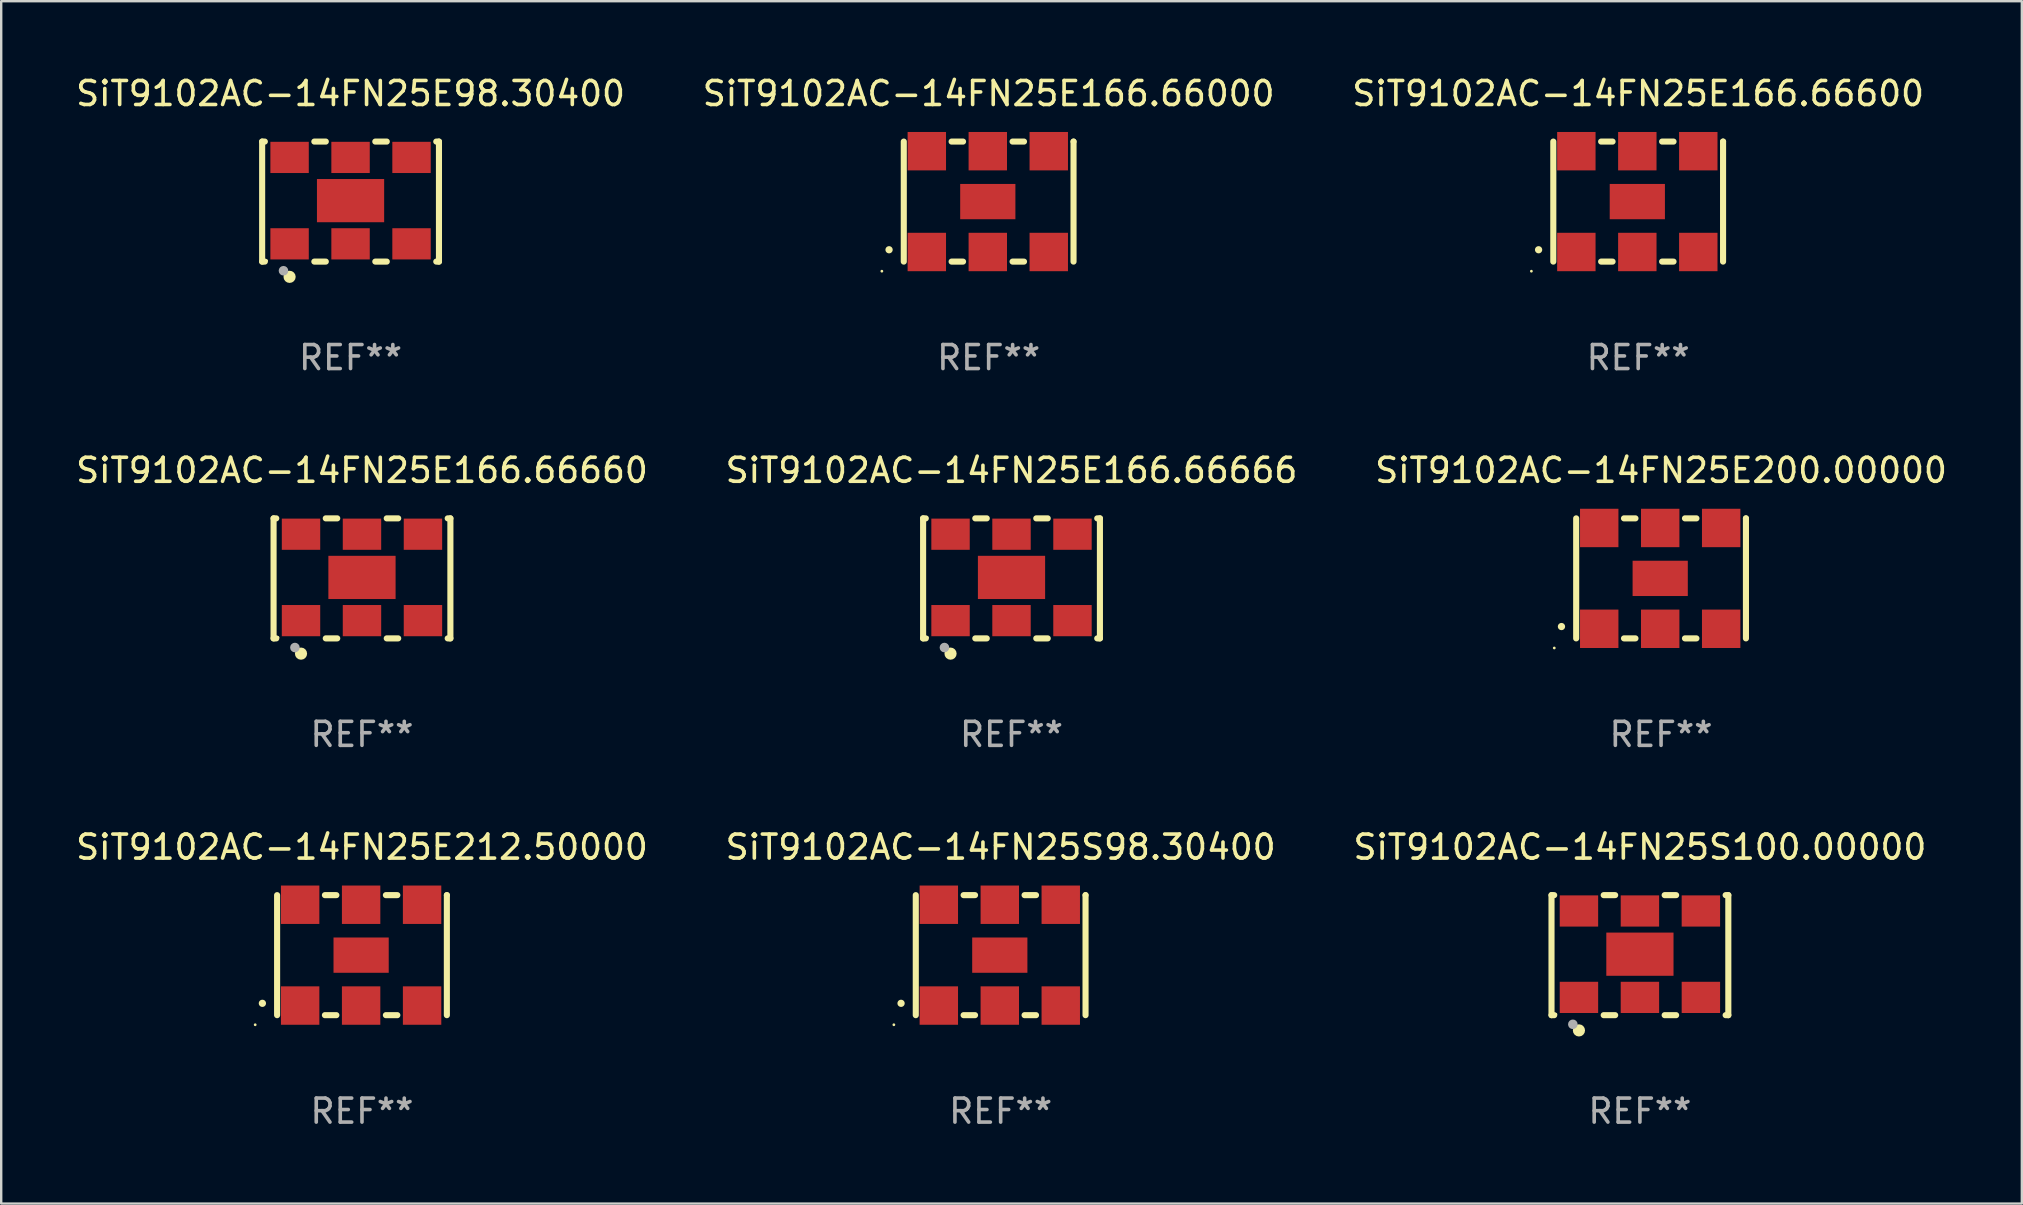
<source format=kicad_pcb>
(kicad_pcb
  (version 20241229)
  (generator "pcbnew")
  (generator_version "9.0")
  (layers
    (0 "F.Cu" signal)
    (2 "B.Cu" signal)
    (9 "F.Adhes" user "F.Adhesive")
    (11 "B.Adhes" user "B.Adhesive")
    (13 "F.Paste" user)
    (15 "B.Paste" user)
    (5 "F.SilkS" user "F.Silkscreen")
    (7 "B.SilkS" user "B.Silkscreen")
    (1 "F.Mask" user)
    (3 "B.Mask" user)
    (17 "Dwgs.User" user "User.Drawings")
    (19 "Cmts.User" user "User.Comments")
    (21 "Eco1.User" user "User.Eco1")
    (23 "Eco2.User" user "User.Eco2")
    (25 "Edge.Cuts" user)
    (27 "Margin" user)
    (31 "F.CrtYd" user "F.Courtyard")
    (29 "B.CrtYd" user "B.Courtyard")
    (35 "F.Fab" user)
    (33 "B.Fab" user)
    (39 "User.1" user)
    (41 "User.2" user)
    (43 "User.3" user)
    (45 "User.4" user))
  (footprint "SiT9102AC-14FN25E166.66660"
    (layer "F.Cu")
    (at 12.03 21.045)
    (property "Reference" "SiT9102AC-14FN25E166.66660" (at 0 -4.5 0) (layer "F.SilkS") (effects (font (size 1 1) (thickness 0.15))))
    (attr through_hole)
    (fp_line (start -3.683 -2.5) (end -3.571 -2.5) (stroke (width 0.254) (type solid)) (layer "F.SilkS"))
    (fp_line (start -3.683 2.5) (end -3.683 -2.5) (stroke (width 0.254) (type solid)) (layer "F.SilkS"))
    (fp_line (start -3.683 2.5) (end -3.571 2.5) (stroke (width 0.254) (type solid)) (layer "F.SilkS"))
    (fp_line (start -1.509 -2.5) (end -1.031 -2.5) (stroke (width 0.254) (type solid)) (layer "F.SilkS"))
    (fp_line (start -1.509 2.5) (end -1.031 2.5) (stroke (width 0.254) (type solid)) (layer "F.SilkS"))
    (fp_line (start 1.031 -2.5) (end 1.509 -2.5) (stroke (width 0.254) (type solid)) (layer "F.SilkS"))
    (fp_line (start 1.031 2.5) (end 1.509 2.5) (stroke (width 0.254) (type solid)) (layer "F.SilkS"))
    (fp_line (start 3.571 -2.5) (end 3.683 -2.5) (stroke (width 0.254) (type solid)) (layer "F.SilkS"))
    (fp_line (start 3.571 2.5) (end 3.683 2.5) (stroke (width 0.254) (type solid)) (layer "F.SilkS"))
    (fp_line (start 3.683 2.5) (end 3.683 -2.5) (stroke (width 0.254) (type solid)) (layer "F.SilkS"))
    (fp_circle (center -3.5 2.46) (end -3.47 2.46) (stroke (width 0.06) (type solid)) (fill no) (layer "F.SilkS"))
    (fp_circle (center -2.54 3.135) (end -2.413 3.135) (stroke (width 0.254) (type solid)) (fill no) (layer "F.SilkS"))
    (fp_circle (center -2.794 2.881) (end -2.694 2.881) (stroke (width 0.2) (type solid)) (fill no) (layer "F.Fab"))
    (fp_text user "REF**" (at 0 6.5 0) (layer "F.Fab") (effects (font (size 1 1) (thickness 0.15))))
    (pad "1" smd rect (at -2.54 1.76) (size 1.6 1.3) (layers "F.Cu" "F.Mask" "F.Paste"))
    (pad "2" smd rect (at 0 1.76) (size 1.6 1.3) (layers "F.Cu" "F.Mask" "F.Paste"))
    (pad "3" smd rect (at 2.54 1.76) (size 1.6 1.3) (layers "F.Cu" "F.Mask" "F.Paste"))
    (pad "4" smd rect (at 2.54 -1.84) (size 1.6 1.3) (layers "F.Cu" "F.Mask" "F.Paste"))
    (pad "5" smd rect (at 0 -1.84) (size 1.6 1.3) (layers "F.Cu" "F.Mask" "F.Paste"))
    (pad "6" smd rect (at -2.54 -1.84) (size 1.6 1.3) (layers "F.Cu" "F.Mask" "F.Paste"))
    (pad "7" smd rect (at 0 -0.04) (size 2.8 1.8) (layers "F.Cu" "F.Mask" "F.Paste")))
  (footprint "SiT9102AC-14FN25E212.50000"
    (layer "F.Cu")
    (at 12.03 36.741)
    (property "Reference" "SiT9102AC-14FN25E212.50000" (at 0 -4.5 0) (layer "F.SilkS") (effects (font (size 1 1) (thickness 0.15))))
    (attr through_hole)
    (fp_line (start -3.536 -2.5) (end -3.536 2.5) (stroke (width 0.254) (type solid)) (layer "F.SilkS"))
    (fp_line (start -1.544 2.5) (end -1.067 2.5) (stroke (width 0.254) (type solid)) (layer "F.SilkS"))
    (fp_line (start -1.067 -2.5) (end -1.544 -2.5) (stroke (width 0.254) (type solid)) (layer "F.SilkS"))
    (fp_line (start 0.996 2.5) (end 1.473 2.5) (stroke (width 0.254) (type solid)) (layer "F.SilkS"))
    (fp_line (start 1.473 -2.5) (end 0.996 -2.5) (stroke (width 0.254) (type solid)) (layer "F.SilkS"))
    (fp_line (start 3.536 -2.5) (end 3.536 -2.5) (stroke (width 0.254) (type solid)) (layer "F.SilkS"))
    (fp_line (start 3.536 2.5) (end 3.536 -2.5) (stroke (width 0.254) (type solid)) (layer "F.SilkS"))
    (fp_arc (start -4.150432 2.006604) (mid -4.149162 2.006599) (end -4.147892 2.006604) (stroke (width 0.3) (type solid)) (layer "F.SilkS"))
    (fp_circle (center -4.449 2.9) (end -4.419 2.9) (stroke (width 0.06) (type solid)) (fill no) (layer "F.SilkS"))
    (fp_text user "REF**" (at 0 6.5 0) (layer "F.Fab") (effects (font (size 1 1) (thickness 0.15))))
    (pad "1" smd rect (at -2.576 2.1) (size 1.6 1.6) (layers "F.Cu" "F.Mask" "F.Paste"))
    (pad "2" smd rect (at -0.036 2.1) (size 1.6 1.6) (layers "F.Cu" "F.Mask" "F.Paste"))
    (pad "3" smd rect (at 2.504 2.1) (size 1.6 1.6) (layers "F.Cu" "F.Mask" "F.Paste"))
    (pad "4" smd rect (at 2.504 -2.1) (size 1.6 1.6) (layers "F.Cu" "F.Mask" "F.Paste"))
    (pad "5" smd rect (at -0.036 -2.1) (size 1.6 1.6) (layers "F.Cu" "F.Mask" "F.Paste"))
    (pad "6" smd rect (at -2.576 -2.1) (size 1.6 1.6) (layers "F.Cu" "F.Mask" "F.Paste"))
    (pad "7" smd rect (at -0.036 0) (size 2.3 1.47) (layers "F.Cu" "F.Mask" "F.Paste")))
  (footprint "SiT9102AC-14FN25S98.30400"
    (layer "F.Cu")
    (at 38.637 36.741)
    (property "Reference" "SiT9102AC-14FN25S98.30400" (at 0 -4.5 0) (layer "F.SilkS") (effects (font (size 1 1) (thickness 0.15))))
    (attr through_hole)
    (fp_line (start -3.536 -2.5) (end -3.536 2.5) (stroke (width 0.254) (type solid)) (layer "F.SilkS"))
    (fp_line (start -1.544 2.5) (end -1.067 2.5) (stroke (width 0.254) (type solid)) (layer "F.SilkS"))
    (fp_line (start -1.067 -2.5) (end -1.544 -2.5) (stroke (width 0.254) (type solid)) (layer "F.SilkS"))
    (fp_line (start 0.996 2.5) (end 1.473 2.5) (stroke (width 0.254) (type solid)) (layer "F.SilkS"))
    (fp_line (start 1.473 -2.5) (end 0.996 -2.5) (stroke (width 0.254) (type solid)) (layer "F.SilkS"))
    (fp_line (start 3.536 -2.5) (end 3.536 -2.5) (stroke (width 0.254) (type solid)) (layer "F.SilkS"))
    (fp_line (start 3.536 2.5) (end 3.536 -2.5) (stroke (width 0.254) (type solid)) (layer "F.SilkS"))
    (fp_arc (start -4.150432 2.006604) (mid -4.149162 2.006599) (end -4.147892 2.006604) (stroke (width 0.3) (type solid)) (layer "F.SilkS"))
    (fp_circle (center -4.449 2.9) (end -4.419 2.9) (stroke (width 0.06) (type solid)) (fill no) (layer "F.SilkS"))
    (fp_text user "REF**" (at 0 6.5 0) (layer "F.Fab") (effects (font (size 1 1) (thickness 0.15))))
    (pad "1" smd rect (at -2.576 2.1) (size 1.6 1.6) (layers "F.Cu" "F.Mask" "F.Paste"))
    (pad "2" smd rect (at -0.036 2.1) (size 1.6 1.6) (layers "F.Cu" "F.Mask" "F.Paste"))
    (pad "3" smd rect (at 2.504 2.1) (size 1.6 1.6) (layers "F.Cu" "F.Mask" "F.Paste"))
    (pad "4" smd rect (at 2.504 -2.1) (size 1.6 1.6) (layers "F.Cu" "F.Mask" "F.Paste"))
    (pad "5" smd rect (at -0.036 -2.1) (size 1.6 1.6) (layers "F.Cu" "F.Mask" "F.Paste"))
    (pad "6" smd rect (at -2.576 -2.1) (size 1.6 1.6) (layers "F.Cu" "F.Mask" "F.Paste"))
    (pad "7" smd rect (at -0.036 0) (size 2.3 1.47) (layers "F.Cu" "F.Mask" "F.Paste")))
  (footprint "SiT9102AC-14FN25E166.66666"
    (layer "F.Cu")
    (at 39.089 21.045)
    (property "Reference" "SiT9102AC-14FN25E166.66666" (at 0 -4.5 0) (layer "F.SilkS") (effects (font (size 1 1) (thickness 0.15))))
    (attr through_hole)
    (fp_line (start -3.683 -2.5) (end -3.571 -2.5) (stroke (width 0.254) (type solid)) (layer "F.SilkS"))
    (fp_line (start -3.683 2.5) (end -3.683 -2.5) (stroke (width 0.254) (type solid)) (layer "F.SilkS"))
    (fp_line (start -3.683 2.5) (end -3.571 2.5) (stroke (width 0.254) (type solid)) (layer "F.SilkS"))
    (fp_line (start -1.509 -2.5) (end -1.031 -2.5) (stroke (width 0.254) (type solid)) (layer "F.SilkS"))
    (fp_line (start -1.509 2.5) (end -1.031 2.5) (stroke (width 0.254) (type solid)) (layer "F.SilkS"))
    (fp_line (start 1.031 -2.5) (end 1.509 -2.5) (stroke (width 0.254) (type solid)) (layer "F.SilkS"))
    (fp_line (start 1.031 2.5) (end 1.509 2.5) (stroke (width 0.254) (type solid)) (layer "F.SilkS"))
    (fp_line (start 3.571 -2.5) (end 3.683 -2.5) (stroke (width 0.254) (type solid)) (layer "F.SilkS"))
    (fp_line (start 3.571 2.5) (end 3.683 2.5) (stroke (width 0.254) (type solid)) (layer "F.SilkS"))
    (fp_line (start 3.683 2.5) (end 3.683 -2.5) (stroke (width 0.254) (type solid)) (layer "F.SilkS"))
    (fp_circle (center -3.5 2.46) (end -3.47 2.46) (stroke (width 0.06) (type solid)) (fill no) (layer "F.SilkS"))
    (fp_circle (center -2.54 3.135) (end -2.413 3.135) (stroke (width 0.254) (type solid)) (fill no) (layer "F.SilkS"))
    (fp_circle (center -2.794 2.881) (end -2.694 2.881) (stroke (width 0.2) (type solid)) (fill no) (layer "F.Fab"))
    (fp_text user "REF**" (at 0 6.5 0) (layer "F.Fab") (effects (font (size 1 1) (thickness 0.15))))
    (pad "1" smd rect (at -2.54 1.76) (size 1.6 1.3) (layers "F.Cu" "F.Mask" "F.Paste"))
    (pad "2" smd rect (at 0 1.76) (size 1.6 1.3) (layers "F.Cu" "F.Mask" "F.Paste"))
    (pad "3" smd rect (at 2.54 1.76) (size 1.6 1.3) (layers "F.Cu" "F.Mask" "F.Paste"))
    (pad "4" smd rect (at 2.54 -1.84) (size 1.6 1.3) (layers "F.Cu" "F.Mask" "F.Paste"))
    (pad "5" smd rect (at 0 -1.84) (size 1.6 1.3) (layers "F.Cu" "F.Mask" "F.Paste"))
    (pad "6" smd rect (at -2.54 -1.84) (size 1.6 1.3) (layers "F.Cu" "F.Mask" "F.Paste"))
    (pad "7" smd rect (at 0 -0.04) (size 2.8 1.8) (layers "F.Cu" "F.Mask" "F.Paste")))
  (footprint "SiT9102AC-14FN25S100.00000"
    (layer "F.Cu")
    (at 65.268 36.741)
    (property "Reference" "SiT9102AC-14FN25S100.00000" (at 0 -4.5 0) (layer "F.SilkS") (effects (font (size 1 1) (thickness 0.15))))
    (attr through_hole)
    (fp_line (start -3.683 -2.5) (end -3.571 -2.5) (stroke (width 0.254) (type solid)) (layer "F.SilkS"))
    (fp_line (start -3.683 2.5) (end -3.683 -2.5) (stroke (width 0.254) (type solid)) (layer "F.SilkS"))
    (fp_line (start -3.683 2.5) (end -3.571 2.5) (stroke (width 0.254) (type solid)) (layer "F.SilkS"))
    (fp_line (start -1.509 -2.5) (end -1.031 -2.5) (stroke (width 0.254) (type solid)) (layer "F.SilkS"))
    (fp_line (start -1.509 2.5) (end -1.031 2.5) (stroke (width 0.254) (type solid)) (layer "F.SilkS"))
    (fp_line (start 1.031 -2.5) (end 1.509 -2.5) (stroke (width 0.254) (type solid)) (layer "F.SilkS"))
    (fp_line (start 1.031 2.5) (end 1.509 2.5) (stroke (width 0.254) (type solid)) (layer "F.SilkS"))
    (fp_line (start 3.571 -2.5) (end 3.683 -2.5) (stroke (width 0.254) (type solid)) (layer "F.SilkS"))
    (fp_line (start 3.571 2.5) (end 3.683 2.5) (stroke (width 0.254) (type solid)) (layer "F.SilkS"))
    (fp_line (start 3.683 2.5) (end 3.683 -2.5) (stroke (width 0.254) (type solid)) (layer "F.SilkS"))
    (fp_circle (center -3.5 2.46) (end -3.47 2.46) (stroke (width 0.06) (type solid)) (fill no) (layer "F.SilkS"))
    (fp_circle (center -2.54 3.135) (end -2.413 3.135) (stroke (width 0.254) (type solid)) (fill no) (layer "F.SilkS"))
    (fp_circle (center -2.794 2.881) (end -2.694 2.881) (stroke (width 0.2) (type solid)) (fill no) (layer "F.Fab"))
    (fp_text user "REF**" (at 0 6.5 0) (layer "F.Fab") (effects (font (size 1 1) (thickness 0.15))))
    (pad "1" smd rect (at -2.54 1.76) (size 1.6 1.3) (layers "F.Cu" "F.Mask" "F.Paste"))
    (pad "2" smd rect (at 0 1.76) (size 1.6 1.3) (layers "F.Cu" "F.Mask" "F.Paste"))
    (pad "3" smd rect (at 2.54 1.76) (size 1.6 1.3) (layers "F.Cu" "F.Mask" "F.Paste"))
    (pad "4" smd rect (at 2.54 -1.84) (size 1.6 1.3) (layers "F.Cu" "F.Mask" "F.Paste"))
    (pad "5" smd rect (at 0 -1.84) (size 1.6 1.3) (layers "F.Cu" "F.Mask" "F.Paste"))
    (pad "6" smd rect (at -2.54 -1.84) (size 1.6 1.3) (layers "F.Cu" "F.Mask" "F.Paste"))
    (pad "7" smd rect (at 0 -0.04) (size 2.8 1.8) (layers "F.Cu" "F.Mask" "F.Paste")))
  (footprint "SiT9102AC-14FN25E166.66600"
    (layer "F.Cu")
    (at 65.196 5.348)
    (property "Reference" "SiT9102AC-14FN25E166.66600" (at 0 -4.5 0) (layer "F.SilkS") (effects (font (size 1 1) (thickness 0.15))))
    (attr through_hole)
    (fp_line (start -3.536 -2.5) (end -3.536 2.5) (stroke (width 0.254) (type solid)) (layer "F.SilkS"))
    (fp_line (start -1.544 2.5) (end -1.067 2.5) (stroke (width 0.254) (type solid)) (layer "F.SilkS"))
    (fp_line (start -1.067 -2.5) (end -1.544 -2.5) (stroke (width 0.254) (type solid)) (layer "F.SilkS"))
    (fp_line (start 0.996 2.5) (end 1.473 2.5) (stroke (width 0.254) (type solid)) (layer "F.SilkS"))
    (fp_line (start 1.473 -2.5) (end 0.996 -2.5) (stroke (width 0.254) (type solid)) (layer "F.SilkS"))
    (fp_line (start 3.536 -2.5) (end 3.536 -2.5) (stroke (width 0.254) (type solid)) (layer "F.SilkS"))
    (fp_line (start 3.536 2.5) (end 3.536 -2.5) (stroke (width 0.254) (type solid)) (layer "F.SilkS"))
    (fp_arc (start -4.150432 2.006604) (mid -4.149162 2.006599) (end -4.147892 2.006604) (stroke (width 0.3) (type solid)) (layer "F.SilkS"))
    (fp_circle (center -4.449 2.9) (end -4.419 2.9) (stroke (width 0.06) (type solid)) (fill no) (layer "F.SilkS"))
    (fp_text user "REF**" (at 0 6.5 0) (layer "F.Fab") (effects (font (size 1 1) (thickness 0.15))))
    (pad "1" smd rect (at -2.576 2.1) (size 1.6 1.6) (layers "F.Cu" "F.Mask" "F.Paste"))
    (pad "2" smd rect (at -0.036 2.1) (size 1.6 1.6) (layers "F.Cu" "F.Mask" "F.Paste"))
    (pad "3" smd rect (at 2.504 2.1) (size 1.6 1.6) (layers "F.Cu" "F.Mask" "F.Paste"))
    (pad "4" smd rect (at 2.504 -2.1) (size 1.6 1.6) (layers "F.Cu" "F.Mask" "F.Paste"))
    (pad "5" smd rect (at -0.036 -2.1) (size 1.6 1.6) (layers "F.Cu" "F.Mask" "F.Paste"))
    (pad "6" smd rect (at -2.576 -2.1) (size 1.6 1.6) (layers "F.Cu" "F.Mask" "F.Paste"))
    (pad "7" smd rect (at -0.036 0) (size 2.3 1.47) (layers "F.Cu" "F.Mask" "F.Paste")))
  (footprint "SiT9102AC-14FN25E98.30400"
    (layer "F.Cu")
    (at 11.554 5.348)
    (property "Reference" "SiT9102AC-14FN25E98.30400" (at 0 -4.5 0) (layer "F.SilkS") (effects (font (size 1 1) (thickness 0.15))))
    (attr through_hole)
    (fp_line (start -3.683 -2.5) (end -3.571 -2.5) (stroke (width 0.254) (type solid)) (layer "F.SilkS"))
    (fp_line (start -3.683 2.5) (end -3.683 -2.5) (stroke (width 0.254) (type solid)) (layer "F.SilkS"))
    (fp_line (start -3.683 2.5) (end -3.571 2.5) (stroke (width 0.254) (type solid)) (layer "F.SilkS"))
    (fp_line (start -1.509 -2.5) (end -1.031 -2.5) (stroke (width 0.254) (type solid)) (layer "F.SilkS"))
    (fp_line (start -1.509 2.5) (end -1.031 2.5) (stroke (width 0.254) (type solid)) (layer "F.SilkS"))
    (fp_line (start 1.031 -2.5) (end 1.509 -2.5) (stroke (width 0.254) (type solid)) (layer "F.SilkS"))
    (fp_line (start 1.031 2.5) (end 1.509 2.5) (stroke (width 0.254) (type solid)) (layer "F.SilkS"))
    (fp_line (start 3.571 -2.5) (end 3.683 -2.5) (stroke (width 0.254) (type solid)) (layer "F.SilkS"))
    (fp_line (start 3.571 2.5) (end 3.683 2.5) (stroke (width 0.254) (type solid)) (layer "F.SilkS"))
    (fp_line (start 3.683 2.5) (end 3.683 -2.5) (stroke (width 0.254) (type solid)) (layer "F.SilkS"))
    (fp_circle (center -3.5 2.46) (end -3.47 2.46) (stroke (width 0.06) (type solid)) (fill no) (layer "F.SilkS"))
    (fp_circle (center -2.54 3.135) (end -2.413 3.135) (stroke (width 0.254) (type solid)) (fill no) (layer "F.SilkS"))
    (fp_circle (center -2.794 2.881) (end -2.694 2.881) (stroke (width 0.2) (type solid)) (fill no) (layer "F.Fab"))
    (fp_text user "REF**" (at 0 6.5 0) (layer "F.Fab") (effects (font (size 1 1) (thickness 0.15))))
    (pad "1" smd rect (at -2.54 1.76) (size 1.6 1.3) (layers "F.Cu" "F.Mask" "F.Paste"))
    (pad "2" smd rect (at 0 1.76) (size 1.6 1.3) (layers "F.Cu" "F.Mask" "F.Paste"))
    (pad "3" smd rect (at 2.54 1.76) (size 1.6 1.3) (layers "F.Cu" "F.Mask" "F.Paste"))
    (pad "4" smd rect (at 2.54 -1.84) (size 1.6 1.3) (layers "F.Cu" "F.Mask" "F.Paste"))
    (pad "5" smd rect (at 0 -1.84) (size 1.6 1.3) (layers "F.Cu" "F.Mask" "F.Paste"))
    (pad "6" smd rect (at -2.54 -1.84) (size 1.6 1.3) (layers "F.Cu" "F.Mask" "F.Paste"))
    (pad "7" smd rect (at 0 -0.04) (size 2.8 1.8) (layers "F.Cu" "F.Mask" "F.Paste")))
  (footprint "SiT9102AC-14FN25E166.66000"
    (layer "F.Cu")
    (at 38.137 5.348)
    (property "Reference" "SiT9102AC-14FN25E166.66000" (at 0 -4.5 0) (layer "F.SilkS") (effects (font (size 1 1) (thickness 0.15))))
    (attr through_hole)
    (fp_line (start -3.536 -2.5) (end -3.536 2.5) (stroke (width 0.254) (type solid)) (layer "F.SilkS"))
    (fp_line (start -1.544 2.5) (end -1.067 2.5) (stroke (width 0.254) (type solid)) (layer "F.SilkS"))
    (fp_line (start -1.067 -2.5) (end -1.544 -2.5) (stroke (width 0.254) (type solid)) (layer "F.SilkS"))
    (fp_line (start 0.996 2.5) (end 1.473 2.5) (stroke (width 0.254) (type solid)) (layer "F.SilkS"))
    (fp_line (start 1.473 -2.5) (end 0.996 -2.5) (stroke (width 0.254) (type solid)) (layer "F.SilkS"))
    (fp_line (start 3.536 -2.5) (end 3.536 -2.5) (stroke (width 0.254) (type solid)) (layer "F.SilkS"))
    (fp_line (start 3.536 2.5) (end 3.536 -2.5) (stroke (width 0.254) (type solid)) (layer "F.SilkS"))
    (fp_arc (start -4.150432 2.006604) (mid -4.149162 2.006599) (end -4.147892 2.006604) (stroke (width 0.3) (type solid)) (layer "F.SilkS"))
    (fp_circle (center -4.449 2.9) (end -4.419 2.9) (stroke (width 0.06) (type solid)) (fill no) (layer "F.SilkS"))
    (fp_text user "REF**" (at 0 6.5 0) (layer "F.Fab") (effects (font (size 1 1) (thickness 0.15))))
    (pad "1" smd rect (at -2.576 2.1) (size 1.6 1.6) (layers "F.Cu" "F.Mask" "F.Paste"))
    (pad "2" smd rect (at -0.036 2.1) (size 1.6 1.6) (layers "F.Cu" "F.Mask" "F.Paste"))
    (pad "3" smd rect (at 2.504 2.1) (size 1.6 1.6) (layers "F.Cu" "F.Mask" "F.Paste"))
    (pad "4" smd rect (at 2.504 -2.1) (size 1.6 1.6) (layers "F.Cu" "F.Mask" "F.Paste"))
    (pad "5" smd rect (at -0.036 -2.1) (size 1.6 1.6) (layers "F.Cu" "F.Mask" "F.Paste"))
    (pad "6" smd rect (at -2.576 -2.1) (size 1.6 1.6) (layers "F.Cu" "F.Mask" "F.Paste"))
    (pad "7" smd rect (at -0.036 0) (size 2.3 1.47) (layers "F.Cu" "F.Mask" "F.Paste")))
  (footprint "SiT9102AC-14FN25E200.00000"
    (layer "F.Cu")
    (at 66.149 21.045)
    (property "Reference" "SiT9102AC-14FN25E200.00000" (at 0 -4.5 0) (layer "F.SilkS") (effects (font (size 1 1) (thickness 0.15))))
    (attr through_hole)
    (fp_line (start -3.536 -2.5) (end -3.536 2.5) (stroke (width 0.254) (type solid)) (layer "F.SilkS"))
    (fp_line (start -1.544 2.5) (end -1.067 2.5) (stroke (width 0.254) (type solid)) (layer "F.SilkS"))
    (fp_line (start -1.067 -2.5) (end -1.544 -2.5) (stroke (width 0.254) (type solid)) (layer "F.SilkS"))
    (fp_line (start 0.996 2.5) (end 1.473 2.5) (stroke (width 0.254) (type solid)) (layer "F.SilkS"))
    (fp_line (start 1.473 -2.5) (end 0.996 -2.5) (stroke (width 0.254) (type solid)) (layer "F.SilkS"))
    (fp_line (start 3.536 -2.5) (end 3.536 -2.5) (stroke (width 0.254) (type solid)) (layer "F.SilkS"))
    (fp_line (start 3.536 2.5) (end 3.536 -2.5) (stroke (width 0.254) (type solid)) (layer "F.SilkS"))
    (fp_arc (start -4.150432 2.006604) (mid -4.149162 2.006599) (end -4.147892 2.006604) (stroke (width 0.3) (type solid)) (layer "F.SilkS"))
    (fp_circle (center -4.449 2.9) (end -4.419 2.9) (stroke (width 0.06) (type solid)) (fill no) (layer "F.SilkS"))
    (fp_text user "REF**" (at 0 6.5 0) (layer "F.Fab") (effects (font (size 1 1) (thickness 0.15))))
    (pad "1" smd rect (at -2.576 2.1) (size 1.6 1.6) (layers "F.Cu" "F.Mask" "F.Paste"))
    (pad "2" smd rect (at -0.036 2.1) (size 1.6 1.6) (layers "F.Cu" "F.Mask" "F.Paste"))
    (pad "3" smd rect (at 2.504 2.1) (size 1.6 1.6) (layers "F.Cu" "F.Mask" "F.Paste"))
    (pad "4" smd rect (at 2.504 -2.1) (size 1.6 1.6) (layers "F.Cu" "F.Mask" "F.Paste"))
    (pad "5" smd rect (at -0.036 -2.1) (size 1.6 1.6) (layers "F.Cu" "F.Mask" "F.Paste"))
    (pad "6" smd rect (at -2.576 -2.1) (size 1.6 1.6) (layers "F.Cu" "F.Mask" "F.Paste"))
    (pad "7" smd rect (at -0.036 0) (size 2.3 1.47) (layers "F.Cu" "F.Mask" "F.Paste")))
  (gr_rect
    (start -3 -3)
    (end 81.179 47.09)
    (stroke (width 0.1) (type default))
    (fill no)
    (layer "Edge.Cuts")))
</source>
